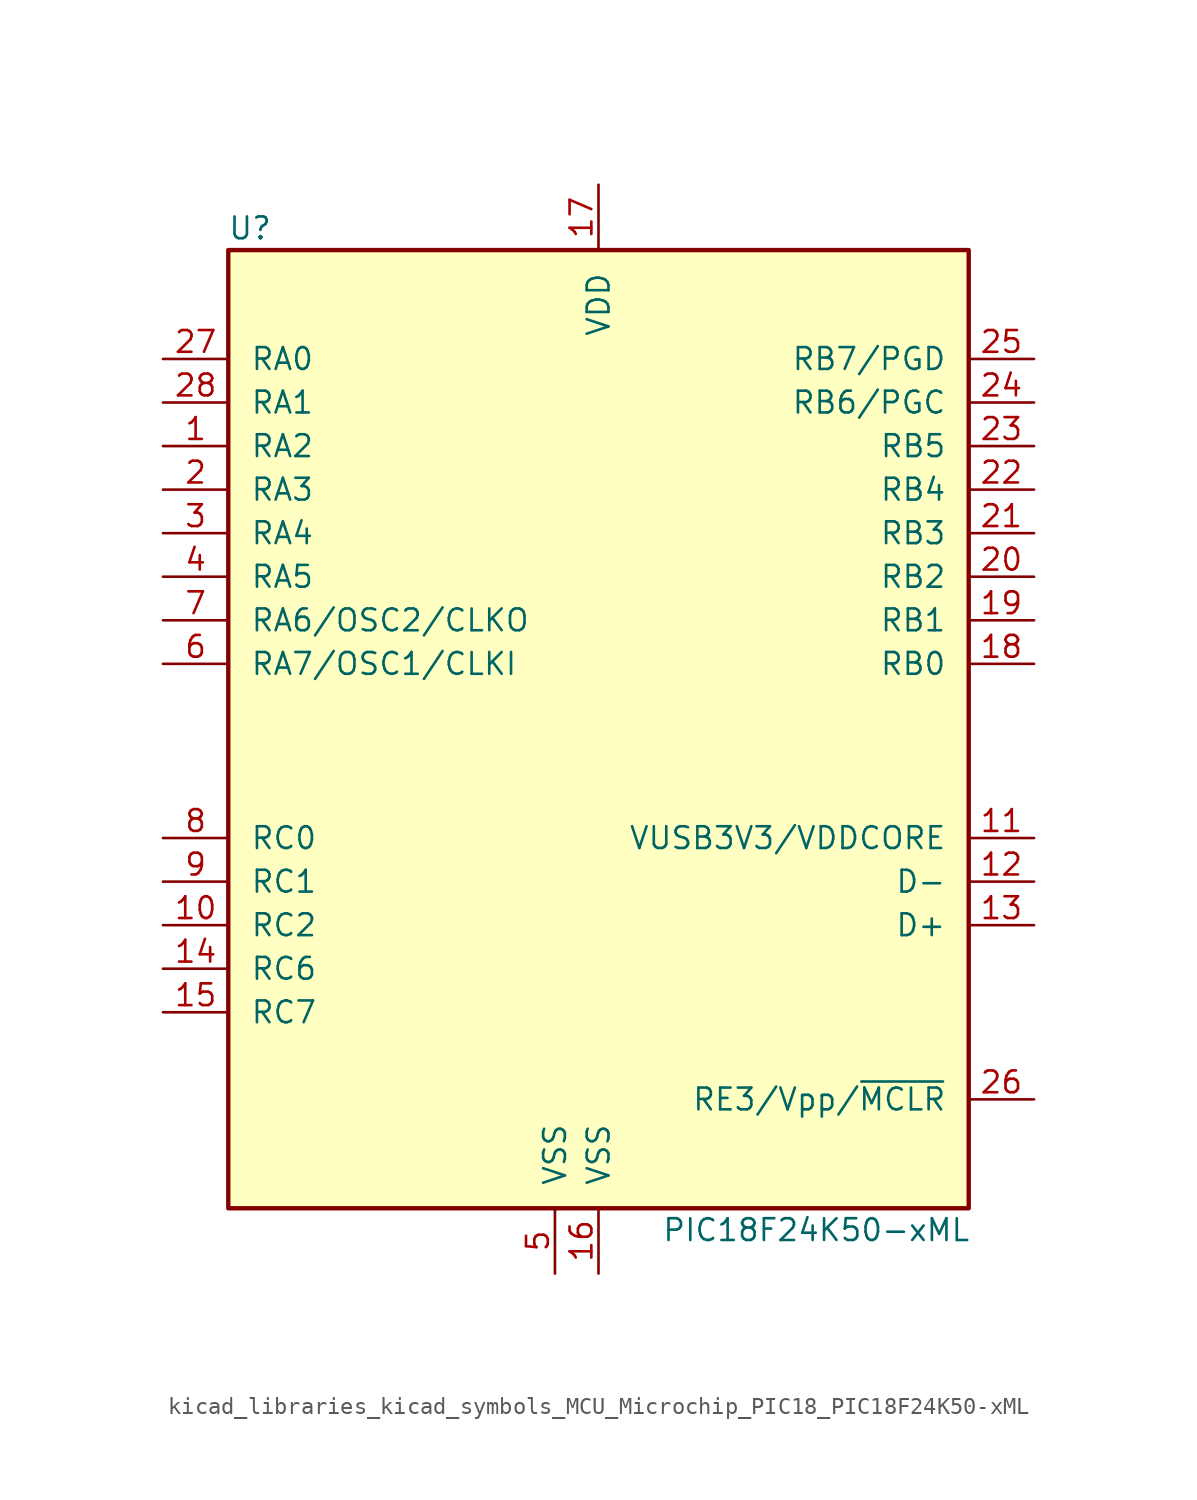
<source format=kicad_sym>
(kicad_symbol_lib
  (version 20220914)
  (generator kicad_symbol_editor)
  (symbol "kicad_libraries_kicad_symbols_MCU_Microchip_PIC18_PIC18F24K50-xML"
    (pin_names
      (offset 1.27))
    (property "Reference" "U"
      (at -20.32 30.48 0)
      (effects (font (size 1.27 1.27))))
    (property "Value" "PIC18F24K50-xML"
      (at 12.7 -27.94 0)
      (effects (font (size 1.27 1.27))))
    (symbol "kicad_libraries_kicad_symbols_MCU_Microchip_PIC18_PIC18F24K50-xML_0_1"
      (rectangle (start -21.59 29.21) (end 21.59 -26.67) (stroke (width 0.254) (type default)) (fill (type background))))
    (symbol "kicad_libraries_kicad_symbols_MCU_Microchip_PIC18_PIC18F24K50-xML_1_1"
      (pin bidirectional line (at -25.4 17.78 0) (length 3.81) (name "RA2" (effects (font (size 1.27 1.27)))) (number "1" (effects (font (size 1.27 1.27)))))
      (pin bidirectional line (at -25.4 -10.16 0) (length 3.81) (name "RC2" (effects (font (size 1.27 1.27)))) (number "10" (effects (font (size 1.27 1.27)))))
      (pin bidirectional line (at 25.4 -5.08 180) (length 3.81) (name "VUSB3V3/VDDCORE" (effects (font (size 1.27 1.27)))) (number "11" (effects (font (size 1.27 1.27)))))
      (pin bidirectional line (at 25.4 -7.62 180) (length 3.81) (name "D-" (effects (font (size 1.27 1.27)))) (number "12" (effects (font (size 1.27 1.27)))))
      (pin bidirectional line (at 25.4 -10.16 180) (length 3.81) (name "D+" (effects (font (size 1.27 1.27)))) (number "13" (effects (font (size 1.27 1.27)))))
      (pin bidirectional line (at -25.4 -12.7 0) (length 3.81) (name "RC6" (effects (font (size 1.27 1.27)))) (number "14" (effects (font (size 1.27 1.27)))))
      (pin bidirectional line (at -25.4 -15.24 0) (length 3.81) (name "RC7" (effects (font (size 1.27 1.27)))) (number "15" (effects (font (size 1.27 1.27)))))
      (pin power_in line (at 0 -30.48 90) (length 3.81) (name "VSS" (effects (font (size 1.27 1.27)))) (number "16" (effects (font (size 1.27 1.27)))))
      (pin power_in line (at 0 33.02 270) (length 3.81) (name "VDD" (effects (font (size 1.27 1.27)))) (number "17" (effects (font (size 1.27 1.27)))))
      (pin bidirectional line (at 25.4 5.08 180) (length 3.81) (name "RB0" (effects (font (size 1.27 1.27)))) (number "18" (effects (font (size 1.27 1.27)))))
      (pin bidirectional line (at 25.4 7.62 180) (length 3.81) (name "RB1" (effects (font (size 1.27 1.27)))) (number "19" (effects (font (size 1.27 1.27)))))
      (pin bidirectional line (at -25.4 15.24 0) (length 3.81) (name "RA3" (effects (font (size 1.27 1.27)))) (number "2" (effects (font (size 1.27 1.27)))))
      (pin bidirectional line (at 25.4 10.16 180) (length 3.81) (name "RB2" (effects (font (size 1.27 1.27)))) (number "20" (effects (font (size 1.27 1.27)))))
      (pin bidirectional line (at 25.4 12.7 180) (length 3.81) (name "RB3" (effects (font (size 1.27 1.27)))) (number "21" (effects (font (size 1.27 1.27)))))
      (pin bidirectional line (at 25.4 15.24 180) (length 3.81) (name "RB4" (effects (font (size 1.27 1.27)))) (number "22" (effects (font (size 1.27 1.27)))))
      (pin bidirectional line (at 25.4 17.78 180) (length 3.81) (name "RB5" (effects (font (size 1.27 1.27)))) (number "23" (effects (font (size 1.27 1.27)))))
      (pin bidirectional line (at 25.4 20.32 180) (length 3.81) (name "RB6/PGC" (effects (font (size 1.27 1.27)))) (number "24" (effects (font (size 1.27 1.27)))))
      (pin bidirectional line (at 25.4 22.86 180) (length 3.81) (name "RB7/PGD" (effects (font (size 1.27 1.27)))) (number "25" (effects (font (size 1.27 1.27)))))
      (pin input line (at 25.4 -20.32 180) (length 3.81) (name "RE3/Vpp/~{MCLR}" (effects (font (size 1.27 1.27)))) (number "26" (effects (font (size 1.27 1.27)))))
      (pin bidirectional line (at -25.4 22.86 0) (length 3.81) (name "RA0" (effects (font (size 1.27 1.27)))) (number "27" (effects (font (size 1.27 1.27)))))
      (pin bidirectional line (at -25.4 20.32 0) (length 3.81) (name "RA1" (effects (font (size 1.27 1.27)))) (number "28" (effects (font (size 1.27 1.27)))))
      (pin bidirectional line (at -25.4 12.7 0) (length 3.81) (name "RA4" (effects (font (size 1.27 1.27)))) (number "3" (effects (font (size 1.27 1.27)))))
      (pin bidirectional line (at -25.4 10.16 0) (length 3.81) (name "RA5" (effects (font (size 1.27 1.27)))) (number "4" (effects (font (size 1.27 1.27)))))
      (pin power_in line (at -2.54 -30.48 90) (length 3.81) (name "VSS" (effects (font (size 1.27 1.27)))) (number "5" (effects (font (size 1.27 1.27)))))
      (pin input line (at -25.4 5.08 0) (length 3.81) (name "RA7/OSC1/CLKI" (effects (font (size 1.27 1.27)))) (number "6" (effects (font (size 1.27 1.27)))))
      (pin output line (at -25.4 7.62 0) (length 3.81) (name "RA6/OSC2/CLKO" (effects (font (size 1.27 1.27)))) (number "7" (effects (font (size 1.27 1.27)))))
      (pin bidirectional line (at -25.4 -5.08 0) (length 3.81) (name "RC0" (effects (font (size 1.27 1.27)))) (number "8" (effects (font (size 1.27 1.27)))))
      (pin bidirectional line (at -25.4 -7.62 0) (length 3.81) (name "RC1" (effects (font (size 1.27 1.27)))) (number "9" (effects (font (size 1.27 1.27))))))))
</source>
